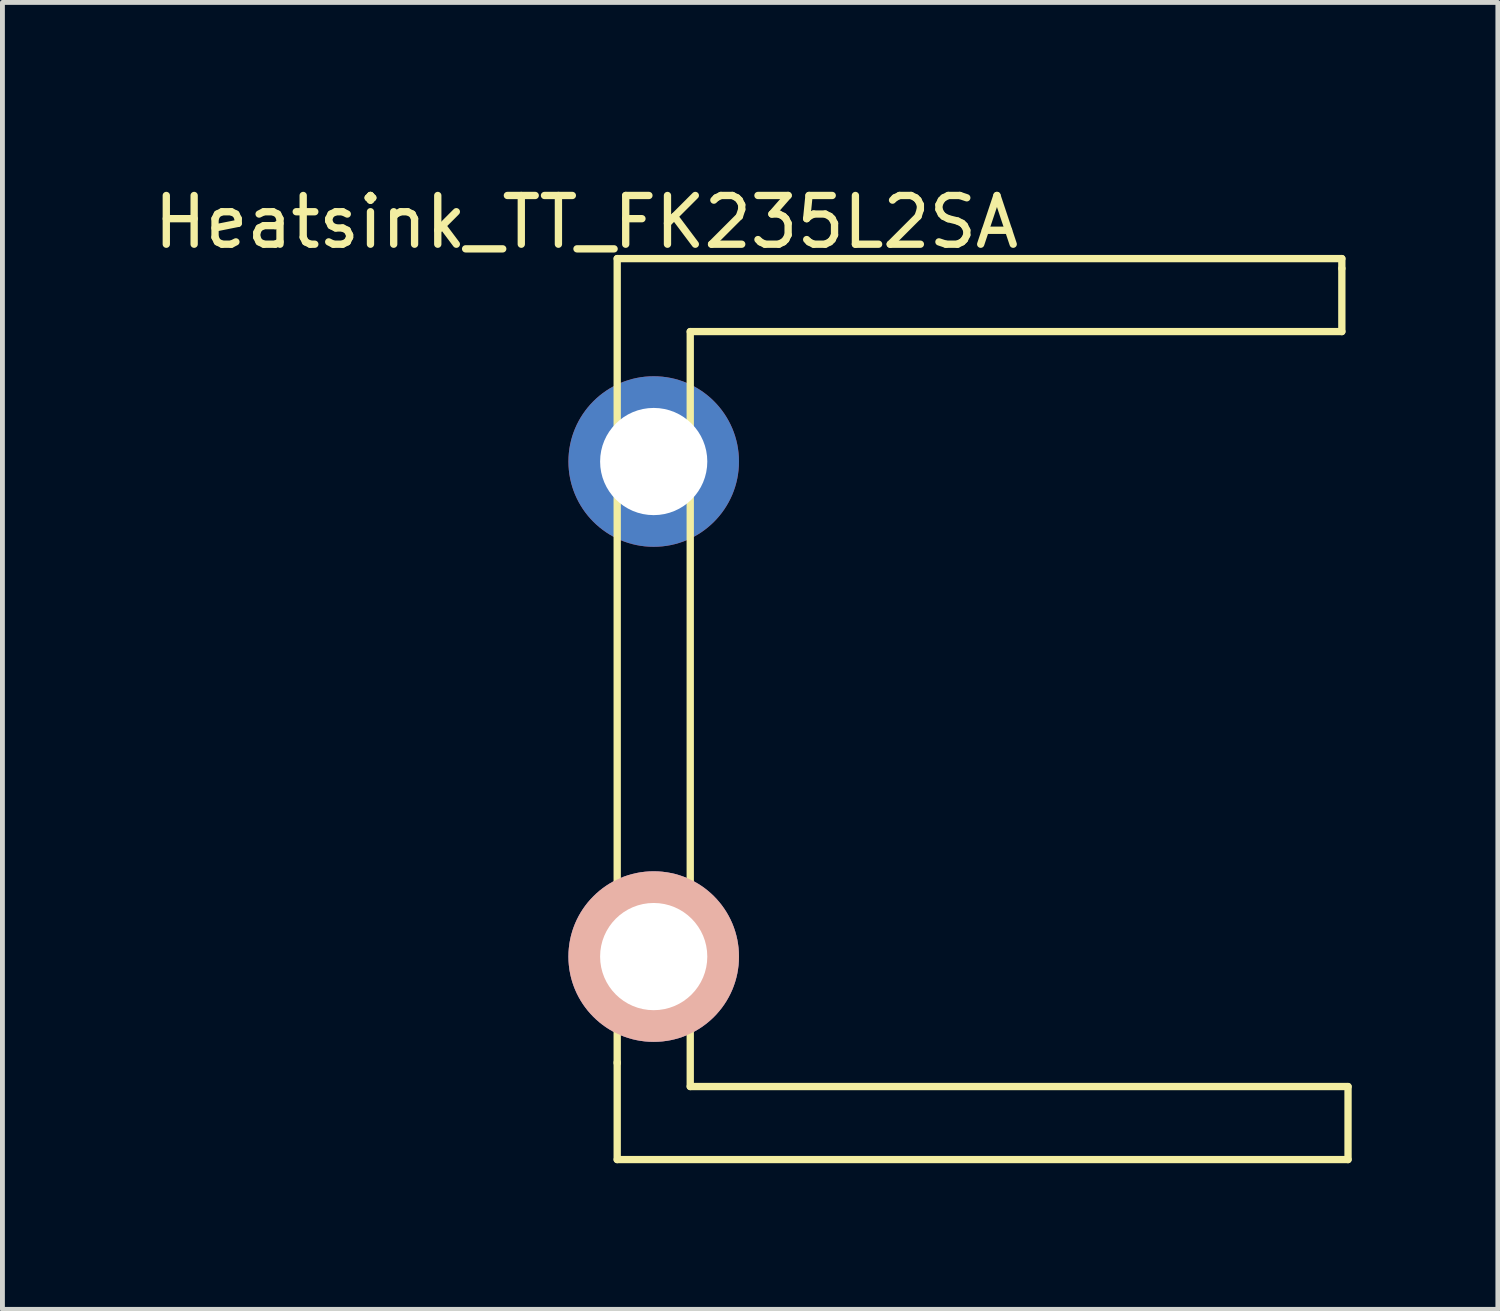
<source format=kicad_pcb>
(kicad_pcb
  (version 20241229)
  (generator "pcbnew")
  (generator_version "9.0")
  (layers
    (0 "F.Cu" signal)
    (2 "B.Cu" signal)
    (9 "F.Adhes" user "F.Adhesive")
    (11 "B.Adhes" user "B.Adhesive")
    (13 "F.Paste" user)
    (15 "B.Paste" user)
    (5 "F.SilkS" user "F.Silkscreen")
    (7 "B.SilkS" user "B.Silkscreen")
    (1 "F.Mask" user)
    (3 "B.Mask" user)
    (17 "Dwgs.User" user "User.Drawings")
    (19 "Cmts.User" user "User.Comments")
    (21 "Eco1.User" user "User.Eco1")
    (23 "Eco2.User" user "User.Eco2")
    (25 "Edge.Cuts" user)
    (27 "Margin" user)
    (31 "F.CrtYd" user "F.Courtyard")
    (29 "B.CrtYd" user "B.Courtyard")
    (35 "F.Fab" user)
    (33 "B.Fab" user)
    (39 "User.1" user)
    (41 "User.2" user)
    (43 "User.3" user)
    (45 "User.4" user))
  (footprint "Heatsink_TT_FK235L2SA"
    (layer "F.Cu")
    (at 9.617 0.25)
    (property "Reference" "Heatsink_TT_FK235L2SA" (at -0.635 1.257 0) (layer "F.SilkS") (effects (font (size 1 1) (thickness 0.15))))
    (attr through_hole)
    (fp_line (start 0 2.007) (end 14.872 2.007) (stroke (width 0.15) (type solid)) (layer "F.SilkS"))
    (fp_line (start 0 18.517) (end 0 2.007) (stroke (width 0.15) (type solid)) (layer "F.SilkS"))
    (fp_line (start 0 20.498) (end 0 18.504) (stroke (width 0.15) (type solid)) (layer "F.SilkS"))
    (fp_line (start 1.499 3.505) (end 1.499 17.005) (stroke (width 0.15) (type solid)) (layer "F.SilkS"))
    (fp_line (start 1.499 18.999) (end 1.499 16.993) (stroke (width 0.15) (type solid)) (layer "F.SilkS"))
    (fp_line (start 14.872 2.007) (end 14.872 2.21) (stroke (width 0.15) (type solid)) (layer "F.SilkS"))
    (fp_line (start 14.872 2.21) (end 14.872 3.505) (stroke (width 0.15) (type solid)) (layer "F.SilkS"))
    (fp_line (start 14.872 3.505) (end 1.499 3.505) (stroke (width 0.15) (type solid)) (layer "F.SilkS"))
    (fp_line (start 14.999 18.999) (end 1.499 18.999) (stroke (width 0.15) (type solid)) (layer "F.SilkS"))
    (fp_line (start 14.999 19) (end 14.999 20.498) (stroke (width 0.15) (type solid)) (layer "F.SilkS"))
    (fp_line (start 14.999 20.498) (end 0 20.498) (stroke (width 0.15) (type solid)) (layer "F.SilkS"))
    (pad "1" thru_hole circle (at 0.749 6.172) (size 3.5 3.5) (drill 2.2) (layers "*.Cu" "*.Mask"))
    (pad "2" thru_hole circle (at 0.749 16.332) (size 3.5 3.5) (drill 2.2) (layers "*.Cu" "*.Mask" "B.SilkS")))
  (gr_rect
    (start -3 -3)
    (end 27.691 23.823)
    (stroke (width 0.1) (type default))
    (fill no)
    (layer "Edge.Cuts")))
</source>
